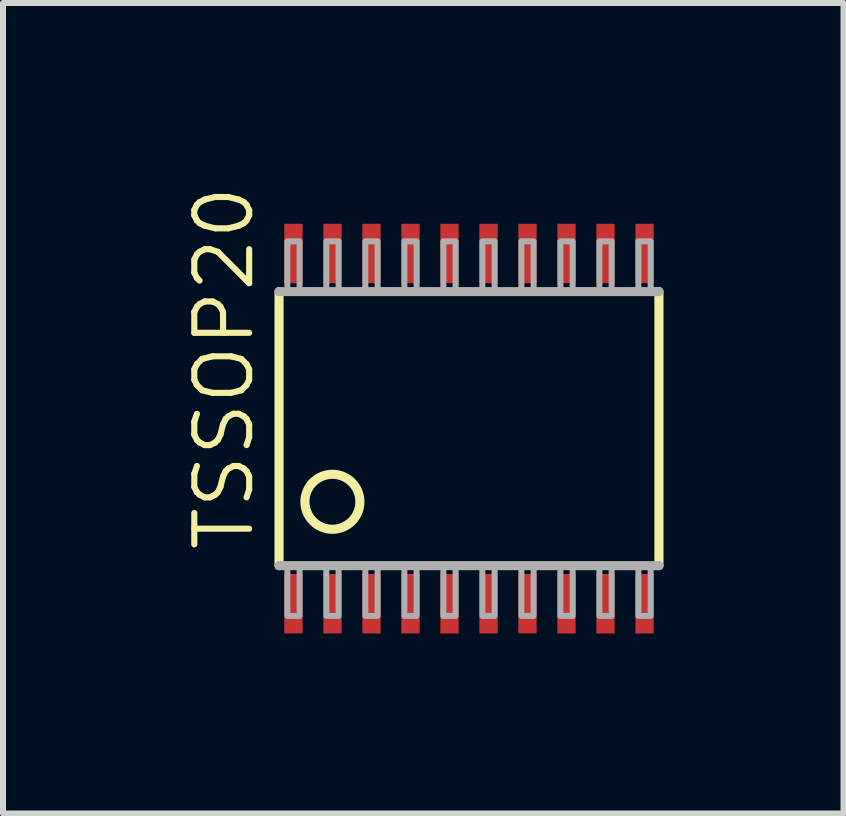
<source format=kicad_pcb>
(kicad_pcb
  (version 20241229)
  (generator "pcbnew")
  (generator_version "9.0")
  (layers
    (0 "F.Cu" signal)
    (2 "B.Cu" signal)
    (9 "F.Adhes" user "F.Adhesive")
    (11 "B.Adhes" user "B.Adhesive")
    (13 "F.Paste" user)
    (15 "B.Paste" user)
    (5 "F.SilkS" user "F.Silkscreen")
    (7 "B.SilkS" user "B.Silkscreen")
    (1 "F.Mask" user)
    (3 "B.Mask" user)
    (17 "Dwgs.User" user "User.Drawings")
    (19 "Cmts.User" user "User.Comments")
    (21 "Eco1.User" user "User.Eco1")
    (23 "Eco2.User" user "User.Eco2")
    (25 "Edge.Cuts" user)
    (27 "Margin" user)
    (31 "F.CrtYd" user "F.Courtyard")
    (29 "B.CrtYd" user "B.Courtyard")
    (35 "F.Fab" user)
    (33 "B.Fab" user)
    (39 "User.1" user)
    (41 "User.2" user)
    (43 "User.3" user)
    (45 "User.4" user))
  (footprint "TSSOP20"
    (layer "F.Cu")
    (at 4.765 4.092)
    (property "Reference" "TSSOP20" (at -3.546 2.083 90) (unlocked yes) (layer "F.SilkS") (effects (font (size 0.914 0.914) (thickness 0.102)) (justify left bottom)))
    (fp_line (start -3.165 2.283) (end -3.165 -2.283) (stroke (width 0.152) (type solid)) (layer "F.SilkS"))
    (fp_line (start 3.165 -2.283) (end 3.165 2.283) (stroke (width 0.152) (type solid)) (layer "F.SilkS"))
    (fp_circle (center -2.276 1.219) (end -1.818 1.219) (stroke (width 0.152) (type solid)) (fill no) (layer "F.SilkS"))
    (fp_line (start -3.165 2.283) (end 3.165 2.283) (stroke (width 0.152) (type solid)) (layer "F.Fab"))
    (fp_line (start 3.165 -2.283) (end -3.165 -2.283) (stroke (width 0.152) (type solid)) (layer "F.Fab"))
    (fp_poly (pts (xy -3.027 -2.283) (xy -2.823 -2.283) (xy -2.823 -3.121) (xy -3.027 -3.121)) (stroke (width 0.1) (type default)) (fill no) (layer "F.Fab"))
    (fp_poly (pts (xy -3.027 3.121) (xy -2.823 3.121) (xy -2.823 2.283) (xy -3.027 2.283)) (stroke (width 0.1) (type default)) (fill no) (layer "F.Fab"))
    (fp_poly (pts (xy -2.377 -2.283) (xy -2.173 -2.283) (xy -2.173 -3.121) (xy -2.377 -3.121)) (stroke (width 0.1) (type default)) (fill no) (layer "F.Fab"))
    (fp_poly (pts (xy -2.377 3.121) (xy -2.173 3.121) (xy -2.173 2.283) (xy -2.377 2.283)) (stroke (width 0.1) (type default)) (fill no) (layer "F.Fab"))
    (fp_poly (pts (xy -1.727 -2.283) (xy -1.523 -2.283) (xy -1.523 -3.121) (xy -1.727 -3.121)) (stroke (width 0.1) (type default)) (fill no) (layer "F.Fab"))
    (fp_poly (pts (xy -1.727 3.121) (xy -1.523 3.121) (xy -1.523 2.283) (xy -1.727 2.283)) (stroke (width 0.1) (type default)) (fill no) (layer "F.Fab"))
    (fp_poly (pts (xy -1.077 -2.283) (xy -0.873 -2.283) (xy -0.873 -3.121) (xy -1.077 -3.121)) (stroke (width 0.1) (type default)) (fill no) (layer "F.Fab"))
    (fp_poly (pts (xy -1.077 3.121) (xy -0.873 3.121) (xy -0.873 2.283) (xy -1.077 2.283)) (stroke (width 0.1) (type default)) (fill no) (layer "F.Fab"))
    (fp_poly (pts (xy -0.427 -2.283) (xy -0.223 -2.283) (xy -0.223 -3.121) (xy -0.427 -3.121)) (stroke (width 0.1) (type default)) (fill no) (layer "F.Fab"))
    (fp_poly (pts (xy -0.427 3.121) (xy -0.223 3.121) (xy -0.223 2.283) (xy -0.427 2.283)) (stroke (width 0.1) (type default)) (fill no) (layer "F.Fab"))
    (fp_poly (pts (xy 0.223 -2.283) (xy 0.427 -2.283) (xy 0.427 -3.121) (xy 0.223 -3.121)) (stroke (width 0.1) (type default)) (fill no) (layer "F.Fab"))
    (fp_poly (pts (xy 0.223 3.121) (xy 0.427 3.121) (xy 0.427 2.283) (xy 0.223 2.283)) (stroke (width 0.1) (type default)) (fill no) (layer "F.Fab"))
    (fp_poly (pts (xy 0.873 -2.283) (xy 1.077 -2.283) (xy 1.077 -3.121) (xy 0.873 -3.121)) (stroke (width 0.1) (type default)) (fill no) (layer "F.Fab"))
    (fp_poly (pts (xy 0.873 3.121) (xy 1.077 3.121) (xy 1.077 2.283) (xy 0.873 2.283)) (stroke (width 0.1) (type default)) (fill no) (layer "F.Fab"))
    (fp_poly (pts (xy 1.523 -2.283) (xy 1.727 -2.283) (xy 1.727 -3.121) (xy 1.523 -3.121)) (stroke (width 0.1) (type default)) (fill no) (layer "F.Fab"))
    (fp_poly (pts (xy 1.523 3.121) (xy 1.727 3.121) (xy 1.727 2.283) (xy 1.523 2.283)) (stroke (width 0.1) (type default)) (fill no) (layer "F.Fab"))
    (fp_poly (pts (xy 2.173 -2.283) (xy 2.377 -2.283) (xy 2.377 -3.121) (xy 2.173 -3.121)) (stroke (width 0.1) (type default)) (fill no) (layer "F.Fab"))
    (fp_poly (pts (xy 2.173 3.121) (xy 2.377 3.121) (xy 2.377 2.283) (xy 2.173 2.283)) (stroke (width 0.1) (type default)) (fill no) (layer "F.Fab"))
    (fp_poly (pts (xy 2.823 -2.283) (xy 3.027 -2.283) (xy 3.027 -3.121) (xy 2.823 -3.121)) (stroke (width 0.1) (type default)) (fill no) (layer "F.Fab"))
    (fp_poly (pts (xy 2.823 3.121) (xy 3.027 3.121) (xy 3.027 2.283) (xy 2.823 2.283)) (stroke (width 0.1) (type default)) (fill no) (layer "F.Fab"))
    (pad "1" smd rect (at -2.925 2.918) (size 0.305 0.991) (layers "F.Cu" "F.Mask" "F.Paste"))
    (pad "2" smd rect (at -2.275 2.918) (size 0.305 0.991) (layers "F.Cu" "F.Mask" "F.Paste"))
    (pad "3" smd rect (at -1.625 2.918) (size 0.305 0.991) (layers "F.Cu" "F.Mask" "F.Paste"))
    (pad "4" smd rect (at -0.975 2.918) (size 0.305 0.991) (layers "F.Cu" "F.Mask" "F.Paste"))
    (pad "5" smd rect (at -0.325 2.918) (size 0.305 0.991) (layers "F.Cu" "F.Mask" "F.Paste"))
    (pad "6" smd rect (at 0.325 2.918) (size 0.305 0.991) (layers "F.Cu" "F.Mask" "F.Paste"))
    (pad "7" smd rect (at 0.975 2.918) (size 0.305 0.991) (layers "F.Cu" "F.Mask" "F.Paste"))
    (pad "8" smd rect (at 1.625 2.918) (size 0.305 0.991) (layers "F.Cu" "F.Mask" "F.Paste"))
    (pad "9" smd rect (at 2.275 2.918) (size 0.305 0.991) (layers "F.Cu" "F.Mask" "F.Paste"))
    (pad "10" smd rect (at 2.925 2.918) (size 0.305 0.991) (layers "F.Cu" "F.Mask" "F.Paste"))
    (pad "11" smd rect (at 2.925 -2.918) (size 0.305 0.991) (layers "F.Cu" "F.Mask" "F.Paste"))
    (pad "12" smd rect (at 2.275 -2.918) (size 0.305 0.991) (layers "F.Cu" "F.Mask" "F.Paste"))
    (pad "13" smd rect (at 1.625 -2.918) (size 0.305 0.991) (layers "F.Cu" "F.Mask" "F.Paste"))
    (pad "14" smd rect (at 0.975 -2.918) (size 0.305 0.991) (layers "F.Cu" "F.Mask" "F.Paste"))
    (pad "15" smd rect (at 0.325 -2.918) (size 0.305 0.991) (layers "F.Cu" "F.Mask" "F.Paste"))
    (pad "16" smd rect (at -0.325 -2.918) (size 0.305 0.991) (layers "F.Cu" "F.Mask" "F.Paste"))
    (pad "17" smd rect (at -0.975 -2.918) (size 0.305 0.991) (layers "F.Cu" "F.Mask" "F.Paste"))
    (pad "18" smd rect (at -1.625 -2.918) (size 0.305 0.991) (layers "F.Cu" "F.Mask" "F.Paste"))
    (pad "19" smd rect (at -2.275 -2.918) (size 0.305 0.991) (layers "F.Cu" "F.Mask" "F.Paste"))
    (pad "20" smd rect (at -2.925 -2.918) (size 0.305 0.991) (layers "F.Cu" "F.Mask" "F.Paste")))
  (gr_rect
    (start -3 -3)
    (end 11.006 10.505)
    (stroke (width 0.1) (type default))
    (fill no)
    (layer "Edge.Cuts")))
</source>
